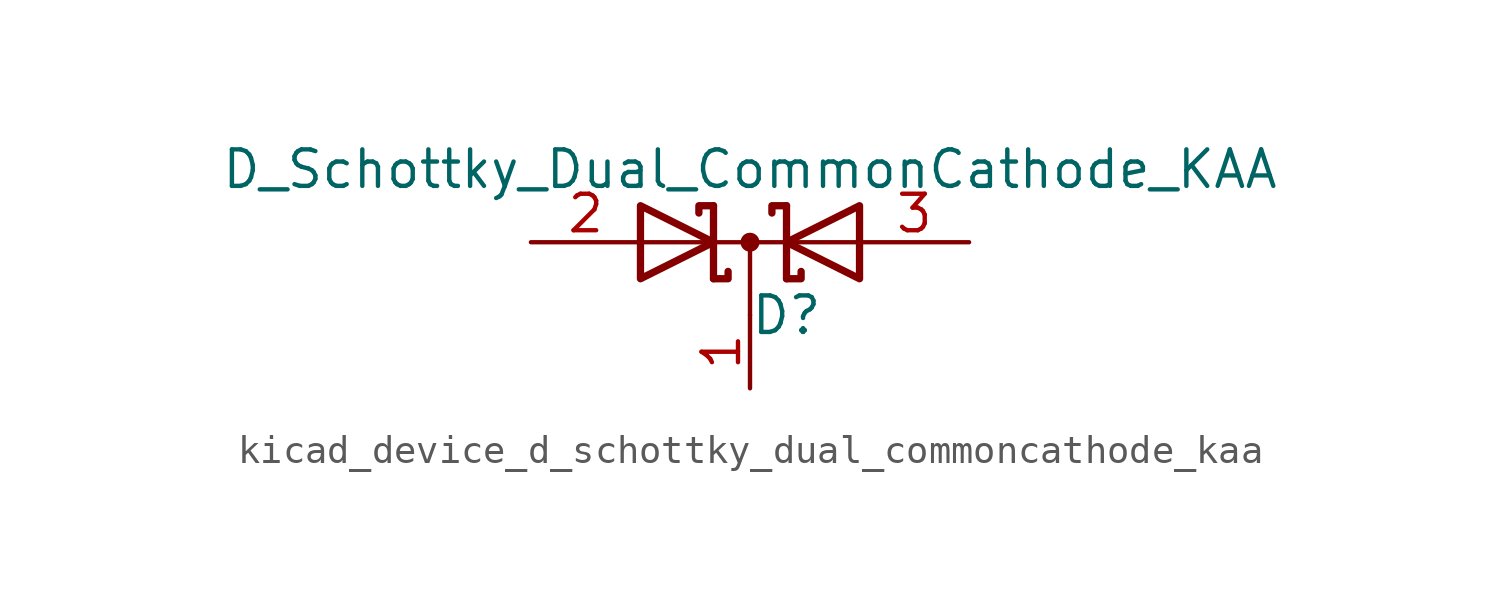
<source format=kicad_sym>
(kicad_symbol_lib
  (version 20220914)
  (generator kicad_symbol_editor)
  (symbol "kicad_device_d_schottky_dual_commoncathode_kaa"
    (pin_names
      (offset 0.762) hide)
    (property "Reference" "D"
      (at 1.27 -2.54 0)
      (effects (font (size 1.27 1.27))))
    (property "Value" "D_Schottky_Dual_CommonCathode_KAA"
      (at 0 2.54 0)
      (effects (font (size 1.27 1.27))))
    (symbol "kicad_device_d_schottky_dual_commoncathode_kaa_0_1"
      (polyline (pts (xy -3.81 0) (xy 3.81 0)) (stroke (width 0) (type default)) (fill (type none)))
      (polyline (pts (xy 0 0) (xy 0 -2.54)) (stroke (width 0) (type default)) (fill (type none)))
      (polyline (pts (xy -1.27 -1.27) (xy -1.27 1.27) (xy -1.27 1.27)) (stroke (width 0.254) (type default)) (fill (type none)))
      (polyline (pts (xy 1.27 -1.27) (xy 1.27 1.27) (xy 1.27 1.27)) (stroke (width 0.254) (type default)) (fill (type none)))
      (polyline (pts (xy -1.27 -1.27) (xy -0.762 -1.27) (xy -0.762 -1.016) (xy -0.762 -1.016)) (stroke (width 0.254) (type default)) (fill (type none)))
      (polyline (pts (xy 1.27 -1.27) (xy 1.778 -1.27) (xy 1.778 -1.016) (xy 1.778 -1.016)) (stroke (width 0.254) (type default)) (fill (type none)))
      (polyline (pts (xy 1.27 1.27) (xy 0.762 1.27) (xy 0.762 1.016) (xy 0.762 1.016)) (stroke (width 0.254) (type default)) (fill (type none)))
      (polyline (pts (xy -1.778 1.016) (xy -1.778 1.27) (xy -1.27 1.27) (xy -1.27 1.27) (xy -1.27 1.27)) (stroke (width 0.254) (type default)) (fill (type none)))
      (polyline (pts (xy -3.81 1.27) (xy -1.27 0) (xy -3.81 -1.27) (xy -3.81 1.27) (xy -3.81 1.27) (xy -3.81 1.27)) (stroke (width 0.254) (type default)) (fill (type none)))
      (polyline (pts (xy 3.81 -1.27) (xy 1.27 0) (xy 3.81 1.27) (xy 3.81 -1.27) (xy 3.81 -1.27) (xy 3.81 -1.27)) (stroke (width 0.254) (type default)) (fill (type none)))
      (circle (center 0 0) (radius 0.254) (stroke (width 0) (type default)) (fill (type outline)))
      (pin passive line (at 0 -5.08 90) (length 2.54) (name "K" (effects (font (size 1.27 1.27)))) (number "1" (effects (font (size 1.27 1.27)))))
      (pin passive line (at -7.62 0 0) (length 3.81) (name "A" (effects (font (size 1.27 1.27)))) (number "2" (effects (font (size 1.27 1.27)))))
      (pin passive line (at 7.62 0 180) (length 3.81) (name "A" (effects (font (size 1.27 1.27)))) (number "3" (effects (font (size 1.27 1.27))))))))
</source>
